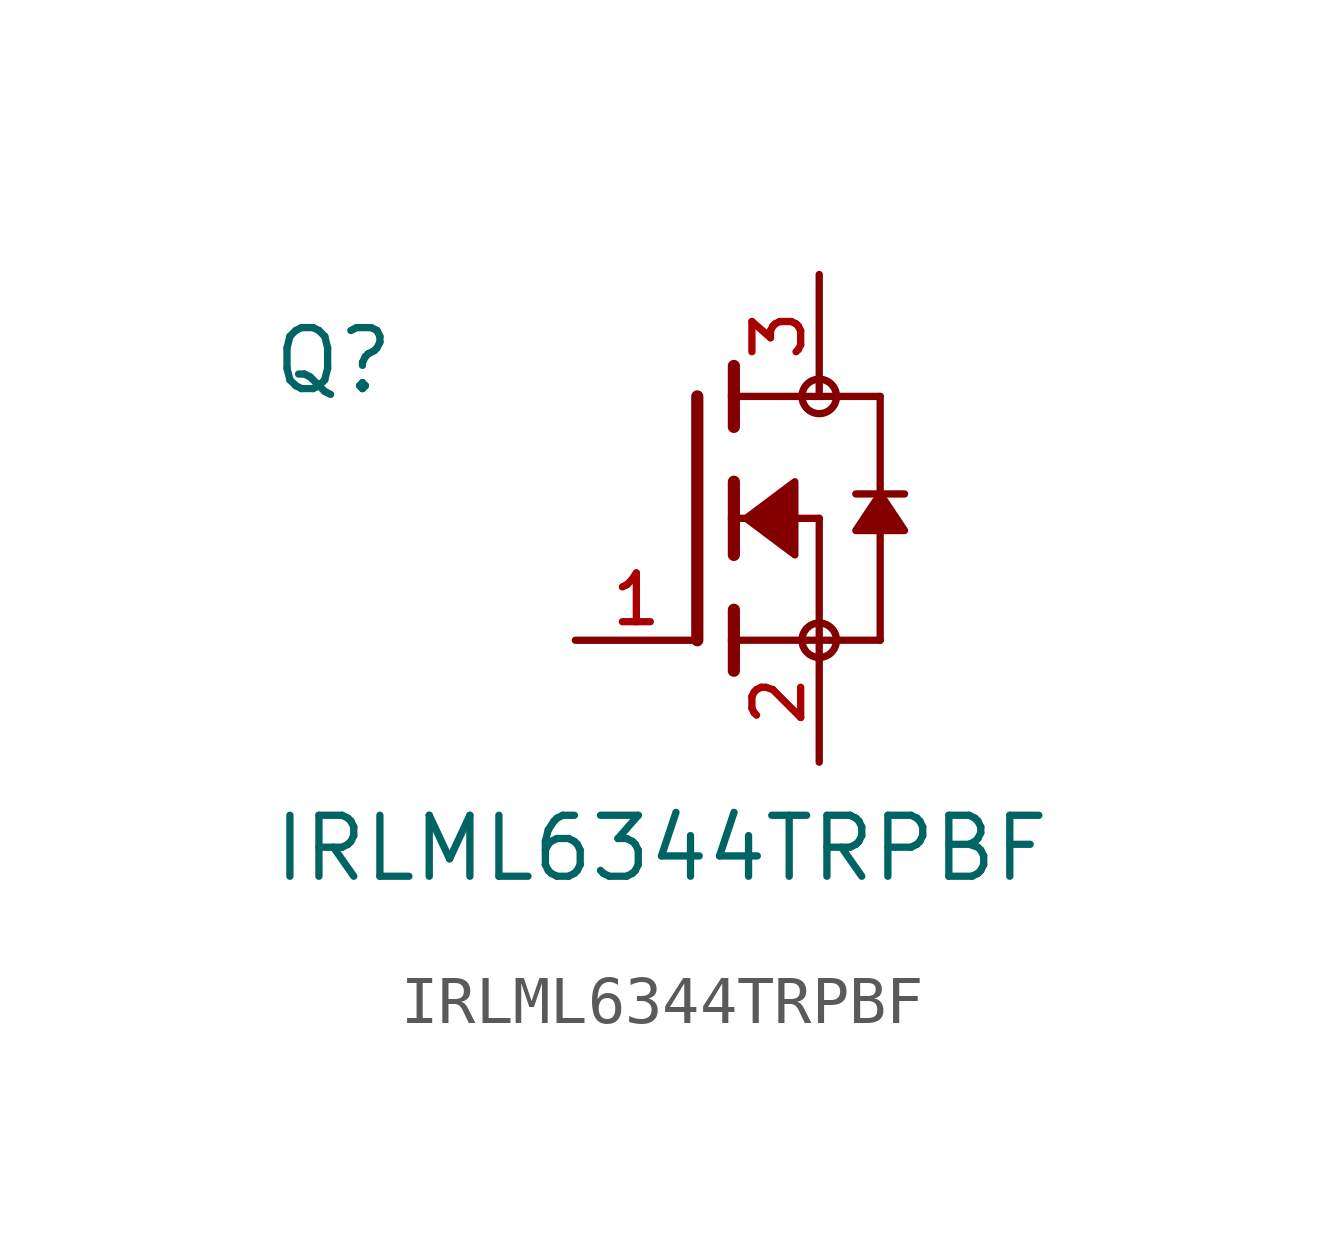
<source format=kicad_sym>
(kicad_symbol_lib
  (version 20211014)
  (generator kicad_symbol_editor)
  (symbol "IRLML6344TRPBF"
    (pin_names
      (offset 1.016))
    (property "Reference" "Q"
      (at -8.89 2.54 0)
      (effects (font (size 1.27 1.27)) (justify bottom left)))
    (property "Value" "IRLML6344TRPBF"
      (at -8.89 -7.62 0)
      (effects (font (size 1.27 1.27)) (justify bottom left)))
    (symbol "IRLML6344TRPBF_0_0"
      (polyline (pts (xy 0.762 0.762) (xy 0.762 0.0)) (stroke (width 0.254)))
      (polyline (pts (xy 0.762 0.0) (xy 0.762 -0.762)) (stroke (width 0.254)))
      (polyline (pts (xy 0.762 3.175) (xy 0.762 2.54)) (stroke (width 0.254)))
      (polyline (pts (xy 0.762 2.54) (xy 0.762 1.905)) (stroke (width 0.254)))
      (polyline (pts (xy 0.762 0.0) (xy 2.54 0.0)) (stroke (width 0.152)))
      (polyline (pts (xy 2.54 0.0) (xy 2.54 -2.54)) (stroke (width 0.152)))
      (polyline (pts (xy 0.762 -1.905) (xy 0.762 -2.54)) (stroke (width 0.254)))
      (polyline (pts (xy 0.762 -2.54) (xy 0.762 -3.175)) (stroke (width 0.254)))
      (polyline (pts (xy 0.0 2.54) (xy 0.0 -2.54)) (stroke (width 0.254)))
      (polyline (pts (xy 2.54 -2.54) (xy 0.762 -2.54)) (stroke (width 0.152)))
      (polyline (pts (xy 3.81 2.54) (xy 3.81 0.508)) (stroke (width 0.152)))
      (polyline (pts (xy 3.81 0.508) (xy 3.81 -2.54)) (stroke (width 0.152)))
      (polyline (pts (xy 2.54 -2.54) (xy 3.81 -2.54)) (stroke (width 0.152)))
      (polyline (pts (xy 0.762 2.54) (xy 3.81 2.54)) (stroke (width 0.152)))
      (polyline (pts (xy 4.318 0.508) (xy 3.81 0.508)) (stroke (width 0.152)))
      (polyline (pts (xy 3.81 0.508) (xy 3.302 0.508)) (stroke (width 0.152)))
      (circle (center 2.54 -2.54) (radius 0.359) (stroke (width 0.0)) (fill (type none)))
      (circle (center 2.54 2.54) (radius 0.359) (stroke (width 0.0)) (fill (type none)))
      (polyline (pts (xy 3.81 0.508) (xy 3.302 -0.254) (xy 4.318 -0.254) (xy 3.81 0.508)) (stroke (width 0.152)) (fill (type outline)))
      (polyline (pts (xy 1.016 0.0) (xy 2.032 0.762) (xy 2.032 -0.762) (xy 1.016 0.0)) (stroke (width 0.152)) (fill (type outline)))
      (pin passive line (at 2.54 -5.08 90.0) (length 2.54) (name "~" (effects (font (size 1.016 1.016)))) (number "2" (effects (font (size 1.016 1.016)))))
      (pin passive line (at -2.54 -2.54 0) (length 2.54) (name "~" (effects (font (size 1.016 1.016)))) (number "1" (effects (font (size 1.016 1.016)))))
      (pin passive line (at 2.54 5.08 270.0) (length 2.54) (name "~" (effects (font (size 1.016 1.016)))) (number "3" (effects (font (size 1.016 1.016))))))))
</source>
